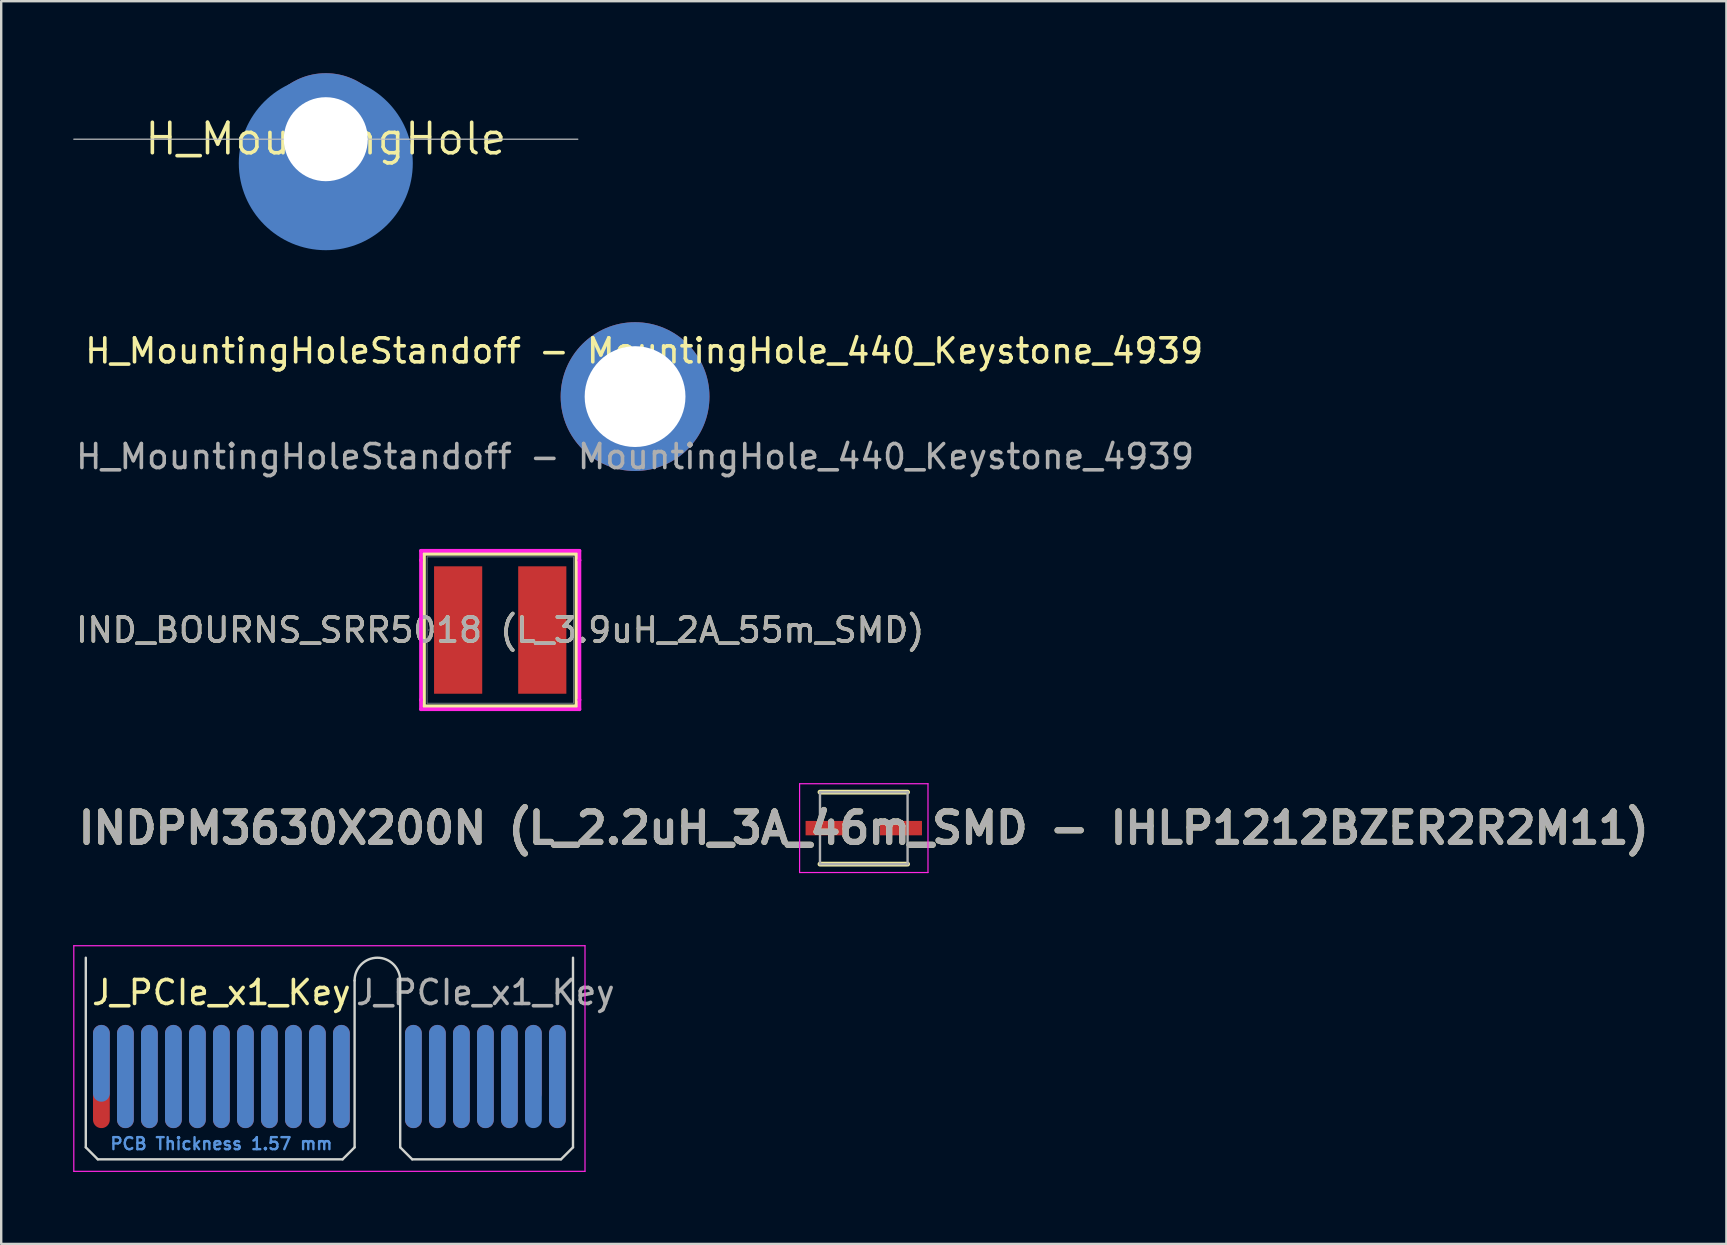
<source format=kicad_pcb>
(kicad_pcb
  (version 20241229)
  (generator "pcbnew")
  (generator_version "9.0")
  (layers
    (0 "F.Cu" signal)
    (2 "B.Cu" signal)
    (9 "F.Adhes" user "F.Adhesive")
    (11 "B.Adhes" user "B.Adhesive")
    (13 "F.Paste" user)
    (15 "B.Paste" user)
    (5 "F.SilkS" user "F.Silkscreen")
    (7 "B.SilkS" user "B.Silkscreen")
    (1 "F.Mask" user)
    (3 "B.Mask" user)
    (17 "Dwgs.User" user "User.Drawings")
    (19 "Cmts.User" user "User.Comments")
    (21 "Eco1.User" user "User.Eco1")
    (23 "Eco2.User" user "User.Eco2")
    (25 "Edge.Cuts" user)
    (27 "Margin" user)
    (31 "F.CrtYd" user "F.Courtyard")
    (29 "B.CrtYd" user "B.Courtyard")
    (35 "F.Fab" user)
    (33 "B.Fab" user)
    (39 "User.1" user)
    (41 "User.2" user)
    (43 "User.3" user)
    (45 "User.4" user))
  (footprint "H_MountingHole"
    (layer "F.Cu")
    (at 10.525 2.734)
    (property "Reference" "H_MountingHole" (at 0 0 0) (layer "F.SilkS") (effects (font (size 1.27 1.27) (thickness 0.15))))
    (attr through_hole exclude_from_bom)
    (fp_line (start 10.5 0.016) (end -10.5 0.016) (stroke (width 0.05) (type solid)) (layer "Dwgs.User"))
    (pad "1" thru_hole circle (at 0 0.016) (size 5.5 5.5) (drill 3.5) (layers "*.Cu" "*.Mask"))
    (pad "1" smd circle (at 0 1.016) (size 7.25 7.25) (layers "B.Cu" "B.Mask")))
  (footprint "IND_BOURNS_SRR5018 (L_3.9uH_2A_55m_SMD)"
    (layer "F.Cu")
    (at 17.792 23.201)
    (property "Reference" "IND_BOURNS_SRR5018 (L_3.9uH_2A_55m_SMD)" (at 0 0 0) (unlocked yes) (layer "F.SilkS") (effects (font (size 1 1) (thickness 0.15))))
    (attr smd)
    (fp_line (start -3.175 -3.175) (end -3.175 3.175) (stroke (width 0.152) (type solid)) (layer "F.SilkS"))
    (fp_line (start -3.175 3.175) (end 3.175 3.175) (stroke (width 0.152) (type solid)) (layer "F.SilkS"))
    (fp_line (start 3.175 -3.175) (end -3.175 -3.175) (stroke (width 0.152) (type solid)) (layer "F.SilkS"))
    (fp_line (start 3.175 3.175) (end 3.175 -3.175) (stroke (width 0.152) (type solid)) (layer "F.SilkS"))
    (fp_line (start -3.302 -3.302) (end 3.302 -3.302) (stroke (width 0.152) (type solid)) (layer "F.CrtYd"))
    (fp_line (start -3.302 -2.908) (end -3.302 -3.302) (stroke (width 0.152) (type solid)) (layer "F.CrtYd"))
    (fp_line (start -3.302 -2.908) (end -3.302 -2.908) (stroke (width 0.152) (type solid)) (layer "F.CrtYd"))
    (fp_line (start -3.302 2.908) (end -3.302 -2.908) (stroke (width 0.152) (type solid)) (layer "F.CrtYd"))
    (fp_line (start -3.302 2.908) (end -3.302 2.908) (stroke (width 0.152) (type solid)) (layer "F.CrtYd"))
    (fp_line (start -3.302 3.302) (end -3.302 2.908) (stroke (width 0.152) (type solid)) (layer "F.CrtYd"))
    (fp_line (start 3.302 -3.302) (end 3.302 -2.908) (stroke (width 0.152) (type solid)) (layer "F.CrtYd"))
    (fp_line (start 3.302 -2.908) (end 3.302 -2.908) (stroke (width 0.152) (type solid)) (layer "F.CrtYd"))
    (fp_line (start 3.302 -2.908) (end 3.302 2.908) (stroke (width 0.152) (type solid)) (layer "F.CrtYd"))
    (fp_line (start 3.302 2.908) (end 3.302 2.908) (stroke (width 0.152) (type solid)) (layer "F.CrtYd"))
    (fp_line (start 3.302 2.908) (end 3.302 3.302) (stroke (width 0.152) (type solid)) (layer "F.CrtYd"))
    (fp_line (start 3.302 3.302) (end -3.302 3.302) (stroke (width 0.152) (type solid)) (layer "F.CrtYd"))
    (fp_line (start -3.048 -3.048) (end -3.048 3.048) (stroke (width 0.025) (type solid)) (layer "F.Fab"))
    (fp_line (start -3.048 3.048) (end 3.048 3.048) (stroke (width 0.025) (type solid)) (layer "F.Fab"))
    (fp_line (start 3.048 -3.048) (end -3.048 -3.048) (stroke (width 0.025) (type solid)) (layer "F.Fab"))
    (fp_line (start 3.048 3.048) (end 3.048 -3.048) (stroke (width 0.025) (type solid)) (layer "F.Fab"))
    (fp_circle (center -2.972 0) (end -2.972 0) (stroke (width 0.025) (type solid)) (fill no) (layer "F.Fab"))
    (fp_text user "${REFERENCE}" (at 0 0 0) (unlocked yes) (layer "F.Fab") (effects (font (size 1 1) (thickness 0.15))))
    (pad "1" smd rect (at -1.753 0) (size 2.007 5.309) (layers "F.Cu" "F.Mask" "F.Paste"))
    (pad "2" smd rect (at 1.753 0) (size 2.007 5.309) (layers "F.Cu" "F.Mask" "F.Paste"))
    (zone (net_name "") (layer "F.Cu") (hatch full 0.508) (connect_pads) (min_thickness 0.254) (filled_areas_thickness no) (keepout (tracks not_allowed) (vias not_allowed) (pads allowed) (copperpour not_allowed) (footprints allowed)) (placement (enabled no)) (fill) (polygon (pts (xy 17.093 20.204) (xy 18.49 20.204) (xy 18.49 26.199) (xy 17.093 26.199)))))
  (footprint "H_MountingHoleStandoff - MountingHole_440_Keystone_4939"
    (layer "F.Cu")
    (at 23.411 13.475)
    (property "Reference" "H_MountingHoleStandoff - MountingHole_440_Keystone_4939" (at 0.381 -1.905 0) (unlocked yes) (layer "F.SilkS") (effects (font (size 1 1) (thickness 0.15))))
    (fp_text user "${REFERENCE}" (at 0 2.5 0) (unlocked yes) (layer "F.Fab") (effects (font (size 1 1) (thickness 0.15))))
    (pad "1" thru_hole circle (at 0 0) (size 6.2 6.2) (drill 4.2) (layers "*.Cu" "F.Mask" "F.Paste")))
  (footprint "J_PCIe_x1_Key"
    (layer "F.Cu")
    (at 1.175 41.805)
    (property "Reference" "J_PCIe_x1_Key" (at 5 -3.5 0) (layer "F.SilkS") (effects (font (size 1 1) (thickness 0.15))))
    (attr exclude_from_pos_files exclude_from_bom)
    (fp_line (start -0.65 -4.95) (end -0.65 2.95) (stroke (width 0.1) (type solid)) (layer "Edge.Cuts"))
    (fp_line (start -0.65 2.95) (end -0.15 3.45) (stroke (width 0.1) (type solid)) (layer "Edge.Cuts"))
    (fp_line (start -0.15 3.45) (end 10.05 3.45) (stroke (width 0.1) (type solid)) (layer "Edge.Cuts"))
    (fp_line (start 10.55 -4) (end 10.55 2.95) (stroke (width 0.1) (type solid)) (layer "Edge.Cuts"))
    (fp_line (start 10.55 2.95) (end 10.05 3.45) (stroke (width 0.1) (type solid)) (layer "Edge.Cuts"))
    (fp_line (start 12.45 -4) (end 12.45 2.95) (stroke (width 0.1) (type solid)) (layer "Edge.Cuts"))
    (fp_line (start 12.45 2.95) (end 12.95 3.45) (stroke (width 0.1) (type solid)) (layer "Edge.Cuts"))
    (fp_line (start 12.95 3.45) (end 19.15 3.45) (stroke (width 0.1) (type solid)) (layer "Edge.Cuts"))
    (fp_line (start 19.65 -4.95) (end 19.65 2.95) (stroke (width 0.1) (type solid)) (layer "Edge.Cuts"))
    (fp_line (start 19.65 2.95) (end 19.15 3.45) (stroke (width 0.1) (type solid)) (layer "Edge.Cuts"))
    (fp_arc (start 10.55 -4) (mid 11.5 -4.95) (end 12.45 -4) (stroke (width 0.1) (type solid)) (layer "Edge.Cuts"))
    (fp_line (start -1.15 -5.45) (end -1.15 3.95) (stroke (width 0.05) (type solid)) (layer "F.CrtYd"))
    (fp_line (start -1.15 -5.45) (end 20.15 -5.45) (stroke (width 0.05) (type solid)) (layer "F.CrtYd"))
    (fp_line (start 20.15 3.95) (end -1.15 3.95) (stroke (width 0.05) (type solid)) (layer "F.CrtYd"))
    (fp_line (start 20.15 3.95) (end 20.15 -5.45) (stroke (width 0.05) (type solid)) (layer "F.CrtYd"))
    (fp_text user "PCB Thickness 1.57 mm" (at 5 2.8 180) (layer "Cmts.User") (effects (font (size 0.5 0.5) (thickness 0.1))))
    (fp_text user "${REFERENCE}" (at 16 -3.5 0) (layer "F.Fab") (effects (font (size 1 1) (thickness 0.15))))
    (pad "A1" connect oval (at 0 -0.55) (size 0.7 3.2) (layers "B.Cu" "B.Mask"))
    (pad "A2" connect oval (at 1 0) (size 0.7 4.3) (layers "B.Cu" "B.Mask"))
    (pad "A3" connect oval (at 2 0) (size 0.7 4.3) (layers "B.Cu" "B.Mask"))
    (pad "A4" connect oval (at 3 0) (size 0.7 4.3) (layers "B.Cu" "B.Mask"))
    (pad "A5" connect oval (at 4 0) (size 0.7 4.3) (layers "B.Cu" "B.Mask"))
    (pad "A6" connect oval (at 5 0) (size 0.7 4.3) (layers "B.Cu" "B.Mask"))
    (pad "A7" connect oval (at 6 0) (size 0.7 4.3) (layers "B.Cu" "B.Mask"))
    (pad "A8" connect oval (at 7 0) (size 0.7 4.3) (layers "B.Cu" "B.Mask"))
    (pad "A9" connect oval (at 8 0) (size 0.7 4.3) (layers "B.Cu" "B.Mask"))
    (pad "A10" connect oval (at 9 0) (size 0.7 4.3) (layers "B.Cu" "B.Mask"))
    (pad "A11" connect oval (at 10 0) (size 0.7 4.3) (layers "B.Cu" "B.Mask"))
    (pad "A12" connect oval (at 13 0) (size 0.7 4.3) (layers "B.Cu" "B.Mask"))
    (pad "A13" connect oval (at 14 0) (size 0.7 4.3) (layers "B.Cu" "B.Mask"))
    (pad "A14" connect oval (at 15 0) (size 0.7 4.3) (layers "B.Cu" "B.Mask"))
    (pad "A15" connect oval (at 16 0) (size 0.7 4.3) (layers "B.Cu" "B.Mask"))
    (pad "A16" connect oval (at 17 0) (size 0.7 4.3) (layers "B.Cu" "B.Mask"))
    (pad "A17" connect oval (at 18 0) (size 0.7 4.3) (layers "B.Cu" "B.Mask"))
    (pad "A18" connect oval (at 19 0) (size 0.7 4.3) (layers "B.Cu" "B.Mask"))
    (pad "B1" connect oval (at 0 0) (size 0.7 4.3) (layers "F.Cu" "F.Mask"))
    (pad "B2" connect oval (at 1 0) (size 0.7 4.3) (layers "F.Cu" "F.Mask"))
    (pad "B3" connect oval (at 2 0) (size 0.7 4.3) (layers "F.Cu" "F.Mask"))
    (pad "B4" connect oval (at 3 0) (size 0.7 4.3) (layers "F.Cu" "F.Mask"))
    (pad "B5" connect oval (at 4 0) (size 0.7 4.3) (layers "F.Cu" "F.Mask"))
    (pad "B6" connect oval (at 5 0) (size 0.7 4.3) (layers "F.Cu" "F.Mask"))
    (pad "B7" connect oval (at 6 0) (size 0.7 4.3) (layers "F.Cu" "F.Mask"))
    (pad "B8" connect oval (at 7 0) (size 0.7 4.3) (layers "F.Cu" "F.Mask"))
    (pad "B9" connect oval (at 8 0) (size 0.7 4.3) (layers "F.Cu" "F.Mask"))
    (pad "B10" connect oval (at 9 0) (size 0.7 4.3) (layers "F.Cu" "F.Mask"))
    (pad "B11" connect oval (at 10 0) (size 0.7 4.3) (layers "F.Cu" "F.Mask"))
    (pad "B12" connect oval (at 13 0) (size 0.7 4.3) (layers "F.Cu" "F.Mask"))
    (pad "B13" connect oval (at 14 0) (size 0.7 4.3) (layers "F.Cu" "F.Mask"))
    (pad "B14" connect oval (at 15 0) (size 0.7 4.3) (layers "F.Cu" "F.Mask"))
    (pad "B15" connect oval (at 16 0) (size 0.7 4.3) (layers "F.Cu" "F.Mask"))
    (pad "B16" connect oval (at 17 0) (size 0.7 4.3) (layers "F.Cu" "F.Mask"))
    (pad "B17" connect oval (at 18 -0.55) (size 0.7 3.2) (layers "F.Cu" "F.Mask"))
    (pad "B18" connect oval (at 19 0) (size 0.7 4.3) (layers "F.Cu" "F.Mask")))
  (footprint "INDPM3630X200N (L_2.2uH_3A_46m_SMD - IHLP1212BZER2R2M11)"
    (layer "F.Cu")
    (at 32.941 31.455)
    (property "Reference" "INDPM3630X200N (L_2.2uH_3A_46m_SMD - IHLP1212BZER2R2M11)" (at 0 0 0) (layer "F.SilkS") (effects (font (size 1.27 1.27) (thickness 0.254))))
    (attr smd)
    (fp_line (start -1.825 1.5) (end 1.825 1.5) (stroke (width 0.2) (type solid)) (layer "F.SilkS"))
    (fp_line (start 1.825 -1.5) (end -1.825 -1.5) (stroke (width 0.2) (type solid)) (layer "F.SilkS"))
    (fp_line (start -2.675 -1.85) (end 2.675 -1.85) (stroke (width 0.05) (type solid)) (layer "F.CrtYd"))
    (fp_line (start -2.675 1.85) (end -2.675 -1.85) (stroke (width 0.05) (type solid)) (layer "F.CrtYd"))
    (fp_line (start 2.675 -1.85) (end 2.675 1.85) (stroke (width 0.05) (type solid)) (layer "F.CrtYd"))
    (fp_line (start 2.675 1.85) (end -2.675 1.85) (stroke (width 0.05) (type solid)) (layer "F.CrtYd"))
    (fp_line (start -1.825 -1.5) (end 1.825 -1.5) (stroke (width 0.1) (type solid)) (layer "F.Fab"))
    (fp_line (start -1.825 1.5) (end -1.825 -1.5) (stroke (width 0.1) (type solid)) (layer "F.Fab"))
    (fp_line (start 1.825 -1.5) (end 1.825 1.5) (stroke (width 0.1) (type solid)) (layer "F.Fab"))
    (fp_line (start 1.825 1.5) (end -1.825 1.5) (stroke (width 0.1) (type solid)) (layer "F.Fab"))
    (fp_text user "${REFERENCE}" (at 0 0 0) (layer "F.Fab") (effects (font (size 1.27 1.27) (thickness 0.254))))
    (pad "1" smd rect (at -1.55 0 90) (size 0.6 1.75) (layers "F.Cu" "F.Mask" "F.Paste"))
    (pad "2" smd rect (at 1.55 0 90) (size 0.6 1.75) (layers "F.Cu" "F.Mask" "F.Paste")))
  (gr_rect
    (start -3 -3)
    (end 68.883 48.78)
    (stroke (width 0.1) (type default))
    (fill no)
    (layer "Edge.Cuts")))
</source>
